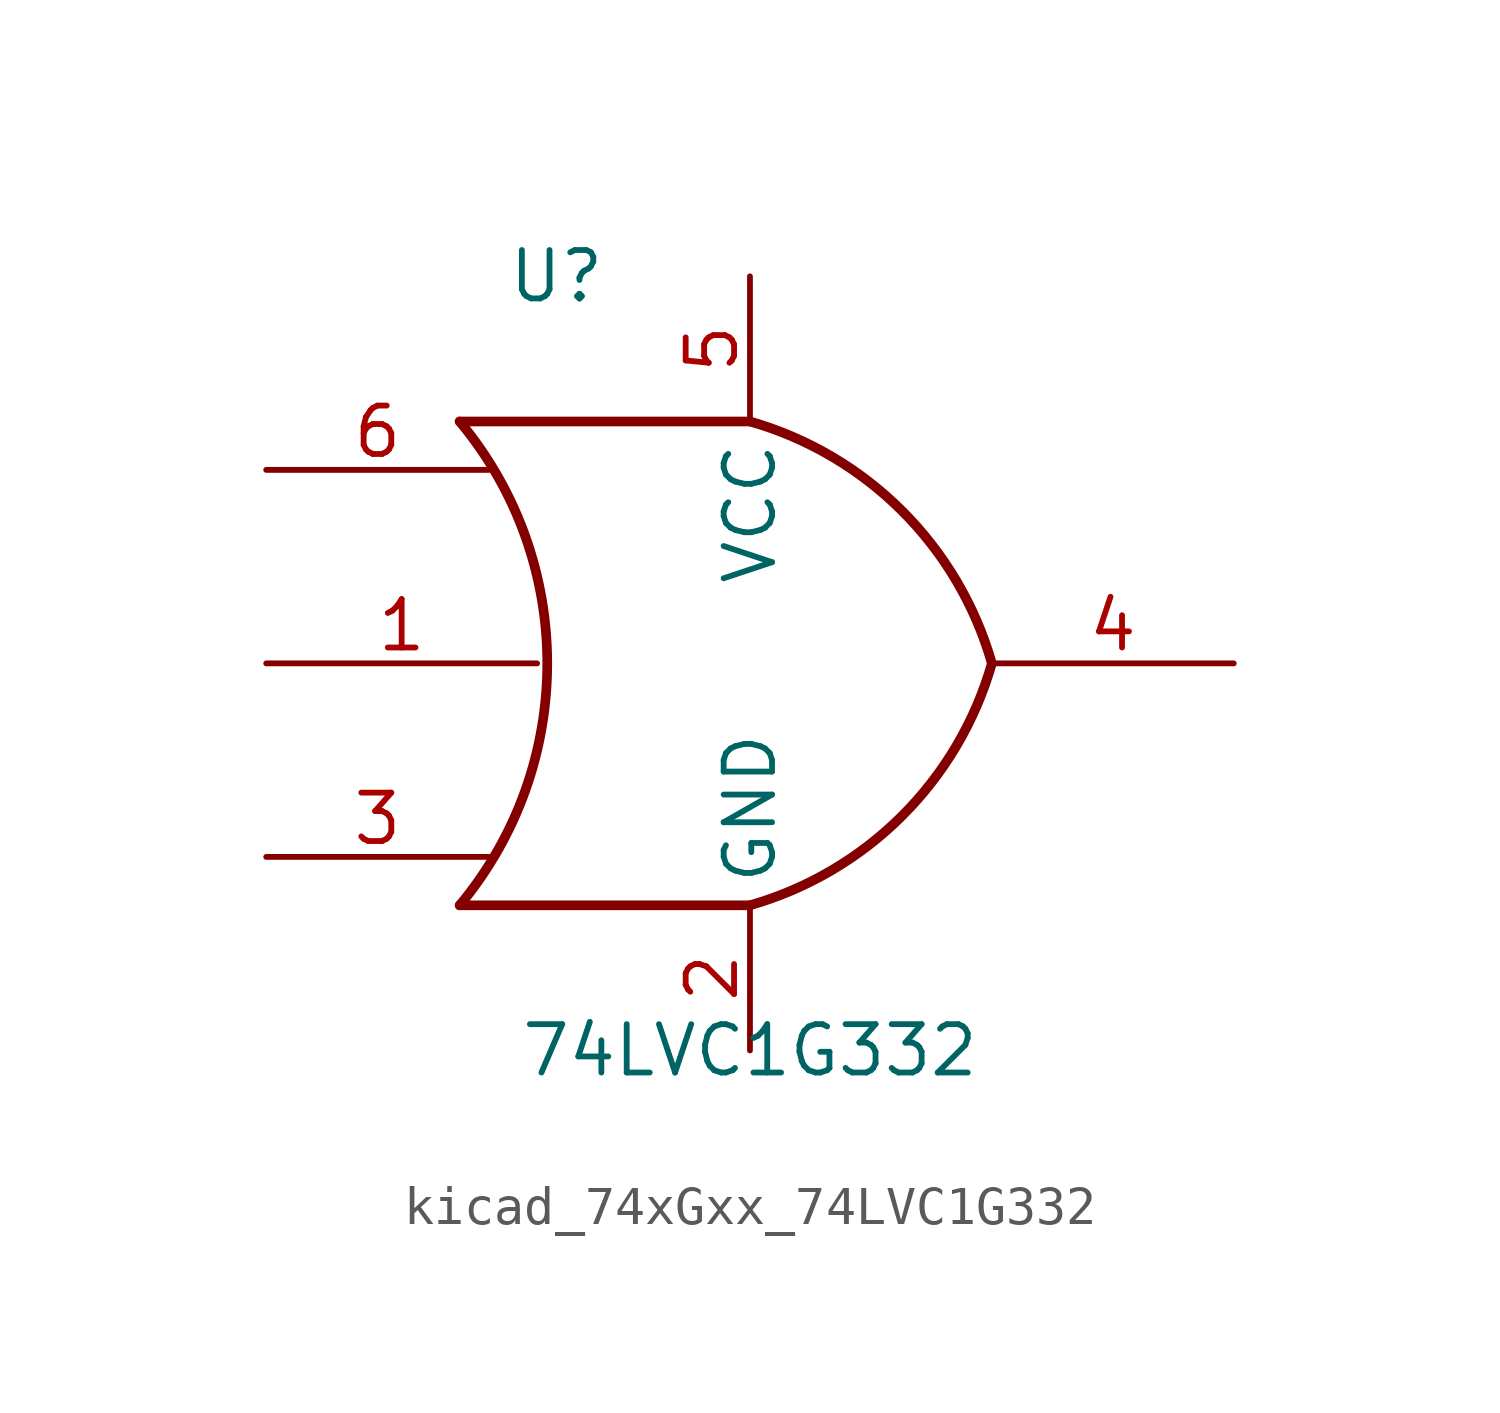
<source format=kicad_sym>
(kicad_symbol_lib
  (version 20220914)
  (generator kicad_symbol_editor)
  (symbol "kicad_74xGxx_74LVC1G332"
    (property "Reference" "U"
      (at -5.08 10.16 0)
      (effects (font (size 1.27 1.27))))
    (property "Value" "74LVC1G332"
      (at 0 -10.16 0)
      (effects (font (size 1.27 1.27))))
    (symbol "kicad_74xGxx_74LVC1G332_0_1"
      (arc (start -7.62 -6.35) (mid -5.321 0) (end -7.62 6.35) (stroke (width 0.254) (type default)) (fill (type none)))
      (arc (start 0 -6.35) (mid 3.9978 -3.9978) (end 6.35 0) (stroke (width 0.254) (type default)) (fill (type none)))
      (polyline (pts (xy 0 -6.35) (xy -7.62 -6.35)) (stroke (width 0.254) (type default)) (fill (type background)))
      (polyline (pts (xy 0 6.35) (xy -7.62 6.35)) (stroke (width 0.254) (type default)) (fill (type background)))
      (arc (start 6.35 0) (mid 3.9978 3.9978) (end 0 6.35) (stroke (width 0.254) (type default)) (fill (type none))))
    (symbol "kicad_74xGxx_74LVC1G332_1_1"
      (pin input line (at -12.698 0 0) (length 7.11) (name "~" (effects (font (size 1.27 1.27)))) (number "1" (effects (font (size 1.27 1.27)))))
      (pin power_in line (at 0 -10.16 90) (length 3.81) (name "GND" (effects (font (size 1.27 1.27)))) (number "2" (effects (font (size 1.27 1.27)))))
      (pin input line (at -12.698 -5.08 0) (length 5.84) (name "~" (effects (font (size 1.27 1.27)))) (number "3" (effects (font (size 1.27 1.27)))))
      (pin output line (at 12.7 0 180) (length 6.35) (name "~" (effects (font (size 1.27 1.27)))) (number "4" (effects (font (size 1.27 1.27)))))
      (pin power_in line (at 0 10.16 270) (length 3.81) (name "VCC" (effects (font (size 1.27 1.27)))) (number "5" (effects (font (size 1.27 1.27)))))
      (pin input line (at -12.698 5.08 0) (length 5.84) (name "~" (effects (font (size 1.27 1.27)))) (number "6" (effects (font (size 1.27 1.27))))))))
</source>
